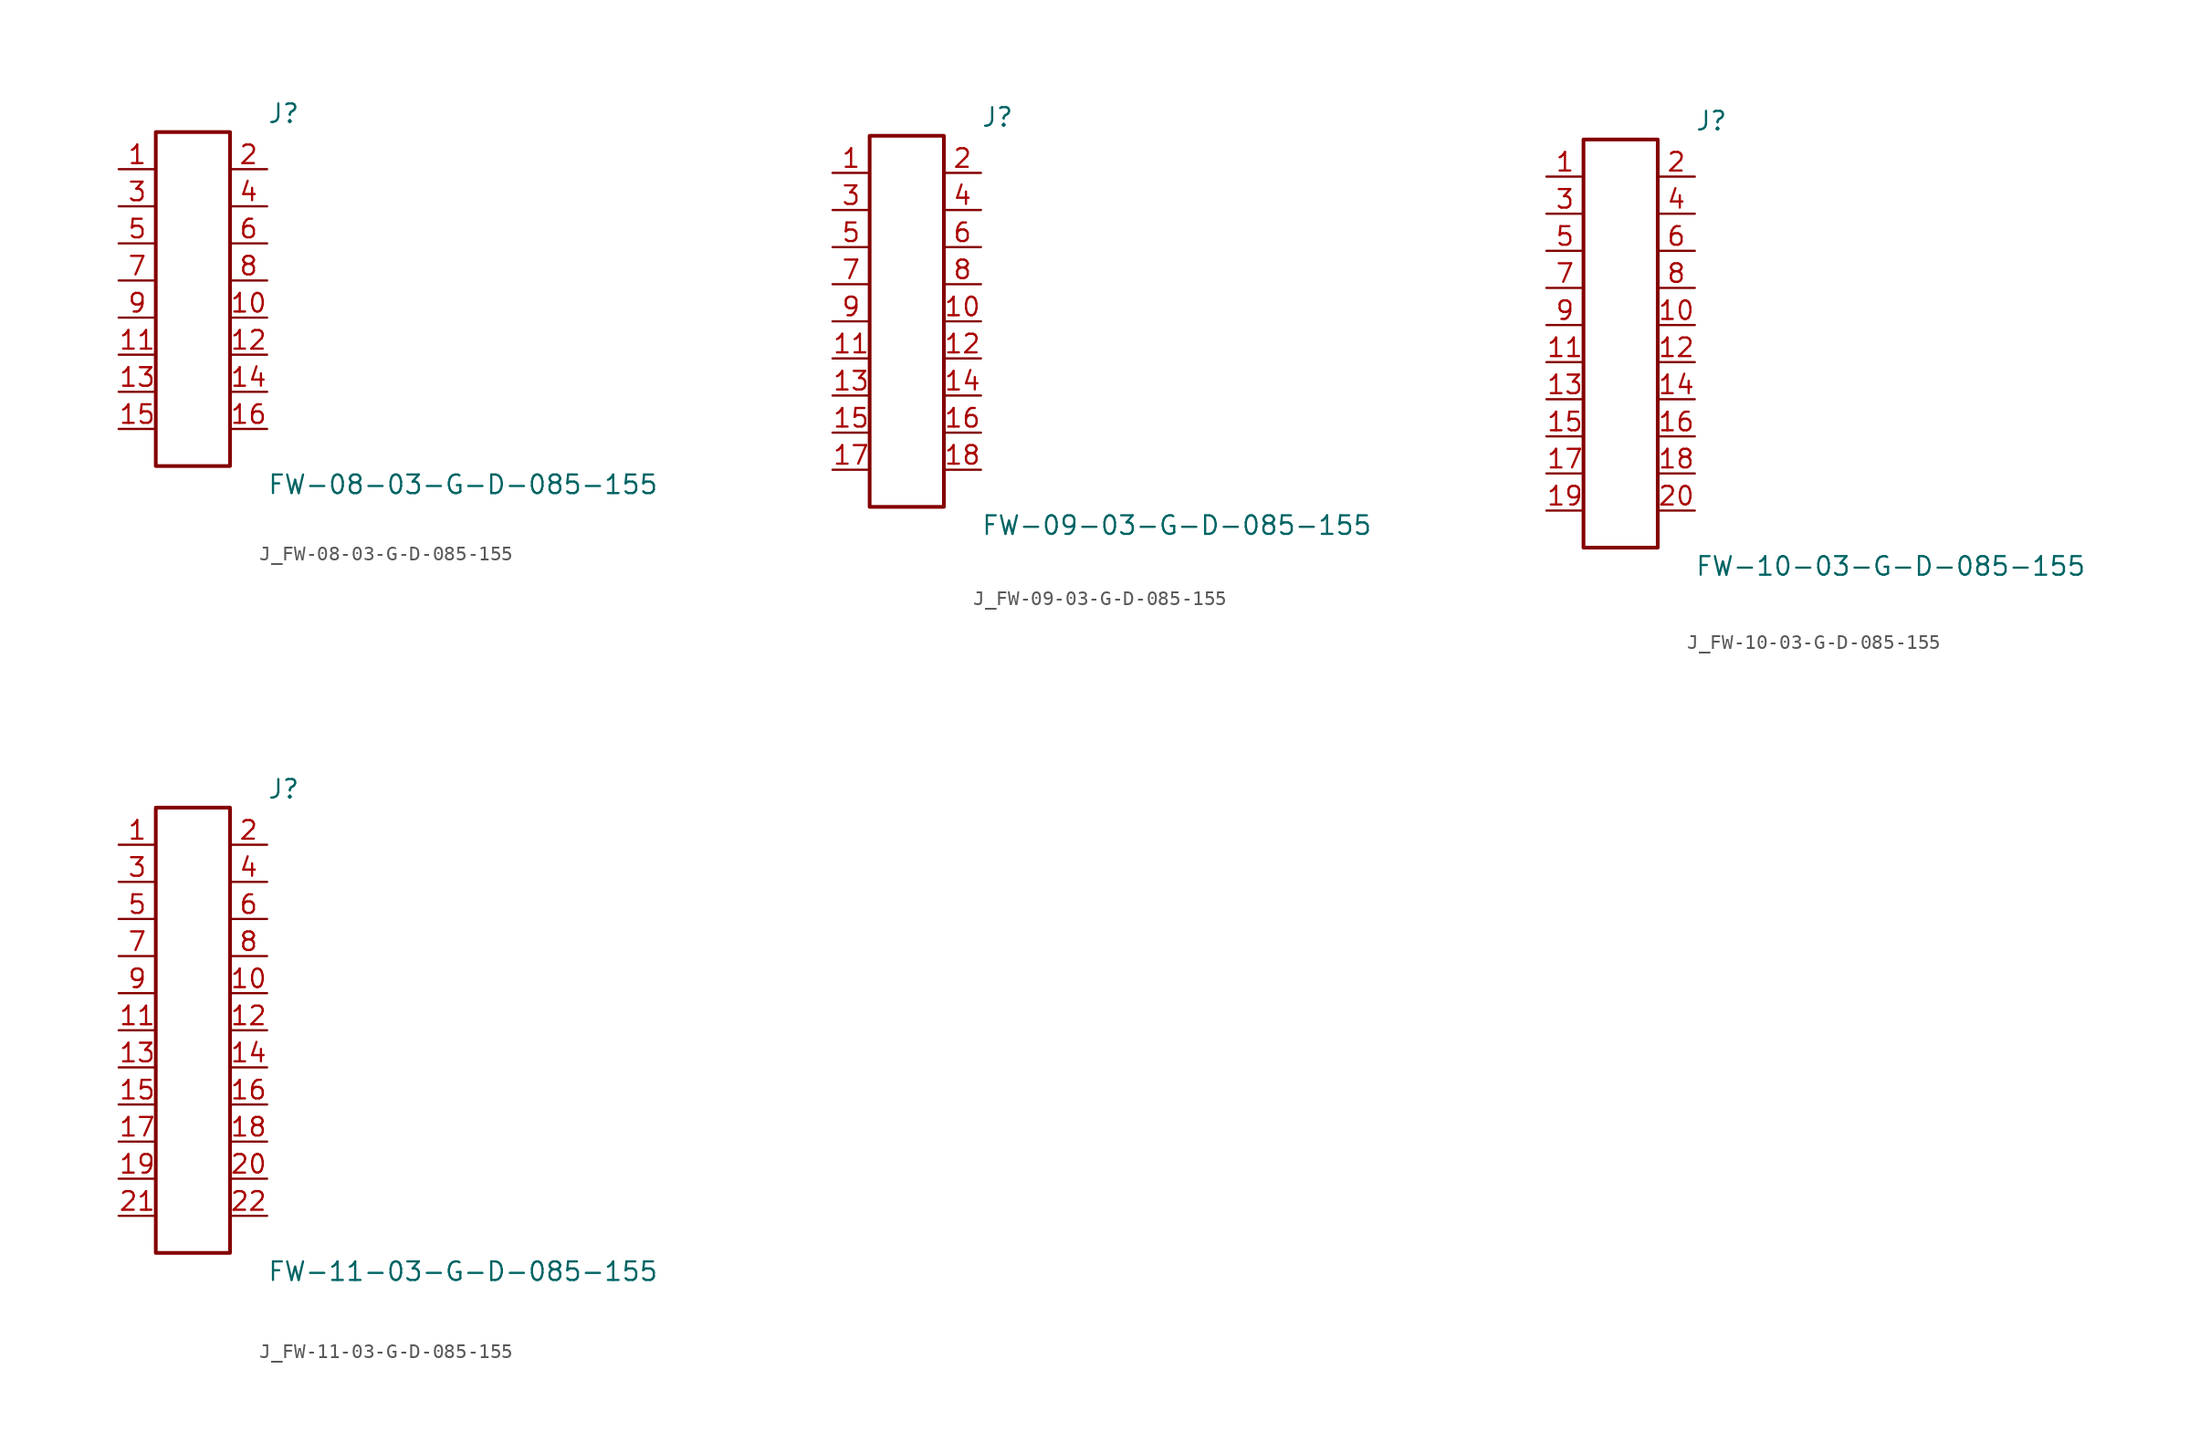
<source format=kicad_sym>
(kicad_symbol_lib
  (version 20231120)
  (generator kicad_symbol_editor)
  (generator_version 8.0)
  (symbol "J_FW-08-03-G-D-085-155"
    (pin_names
      (offset 0.254))
    (property "Reference" "J"
      (at 5.08 12.7 0)
      (effects (font (size 1.27 1.27)) (justify left)))
    (property "Value" "FW-08-03-G-D-085-155"
      (at 5.08 -12.7 0)
      (effects (font (size 1.27 1.27)) (justify left)))
    (symbol "J_FW-08-03-G-D-085-155_0_0"
      (pin unspecified line (at -5.08 8.89 0) (length 2.54) (name "" (effects (font (size 1.27 1.27)))) (number "1" (effects (font (size 1.27 1.27)))))
      (pin unspecified line (at 5.08 8.89 180) (length 2.54) (name "" (effects (font (size 1.27 1.27)))) (number "2" (effects (font (size 1.27 1.27)))))
      (pin unspecified line (at -5.08 6.35 0) (length 2.54) (name "" (effects (font (size 1.27 1.27)))) (number "3" (effects (font (size 1.27 1.27)))))
      (pin unspecified line (at 5.08 6.35 180) (length 2.54) (name "" (effects (font (size 1.27 1.27)))) (number "4" (effects (font (size 1.27 1.27)))))
      (pin unspecified line (at -5.08 3.81 0) (length 2.54) (name "" (effects (font (size 1.27 1.27)))) (number "5" (effects (font (size 1.27 1.27)))))
      (pin unspecified line (at 5.08 3.81 180) (length 2.54) (name "" (effects (font (size 1.27 1.27)))) (number "6" (effects (font (size 1.27 1.27)))))
      (pin unspecified line (at -5.08 1.27 0) (length 2.54) (name "" (effects (font (size 1.27 1.27)))) (number "7" (effects (font (size 1.27 1.27)))))
      (pin unspecified line (at 5.08 1.27 180) (length 2.54) (name "" (effects (font (size 1.27 1.27)))) (number "8" (effects (font (size 1.27 1.27)))))
      (pin unspecified line (at -5.08 -1.27 0) (length 2.54) (name "" (effects (font (size 1.27 1.27)))) (number "9" (effects (font (size 1.27 1.27)))))
      (pin unspecified line (at 5.08 -1.27 180) (length 2.54) (name "" (effects (font (size 1.27 1.27)))) (number "10" (effects (font (size 1.27 1.27)))))
      (pin unspecified line (at -5.08 -3.81 0) (length 2.54) (name "" (effects (font (size 1.27 1.27)))) (number "11" (effects (font (size 1.27 1.27)))))
      (pin unspecified line (at 5.08 -3.81 180) (length 2.54) (name "" (effects (font (size 1.27 1.27)))) (number "12" (effects (font (size 1.27 1.27)))))
      (pin unspecified line (at -5.08 -6.35 0) (length 2.54) (name "" (effects (font (size 1.27 1.27)))) (number "13" (effects (font (size 1.27 1.27)))))
      (pin unspecified line (at 5.08 -6.35 180) (length 2.54) (name "" (effects (font (size 1.27 1.27)))) (number "14" (effects (font (size 1.27 1.27)))))
      (pin unspecified line (at -5.08 -8.89 0) (length 2.54) (name "" (effects (font (size 1.27 1.27)))) (number "15" (effects (font (size 1.27 1.27)))))
      (pin unspecified line (at 5.08 -8.89 180) (length 2.54) (name "" (effects (font (size 1.27 1.27)))) (number "16" (effects (font (size 1.27 1.27))))))
    (symbol "J_FW-08-03-G-D-085-155_1_0"
      (rectangle (start -2.54 11.43) (end 2.54 -11.43) (stroke (width 0.254) (type solid)) (fill (type none)))))
  (symbol "J_FW-09-03-G-D-085-155"
    (pin_names
      (offset 0.254))
    (property "Reference" "J"
      (at 5.08 13.97 0)
      (effects (font (size 1.27 1.27)) (justify left)))
    (property "Value" "FW-09-03-G-D-085-155"
      (at 5.08 -13.97 0)
      (effects (font (size 1.27 1.27)) (justify left)))
    (symbol "J_FW-09-03-G-D-085-155_0_0"
      (pin unspecified line (at -5.08 10.16 0) (length 2.54) (name "" (effects (font (size 1.27 1.27)))) (number "1" (effects (font (size 1.27 1.27)))))
      (pin unspecified line (at 5.08 10.16 180) (length 2.54) (name "" (effects (font (size 1.27 1.27)))) (number "2" (effects (font (size 1.27 1.27)))))
      (pin unspecified line (at -5.08 7.62 0) (length 2.54) (name "" (effects (font (size 1.27 1.27)))) (number "3" (effects (font (size 1.27 1.27)))))
      (pin unspecified line (at 5.08 7.62 180) (length 2.54) (name "" (effects (font (size 1.27 1.27)))) (number "4" (effects (font (size 1.27 1.27)))))
      (pin unspecified line (at -5.08 5.08 0) (length 2.54) (name "" (effects (font (size 1.27 1.27)))) (number "5" (effects (font (size 1.27 1.27)))))
      (pin unspecified line (at 5.08 5.08 180) (length 2.54) (name "" (effects (font (size 1.27 1.27)))) (number "6" (effects (font (size 1.27 1.27)))))
      (pin unspecified line (at -5.08 2.54 0) (length 2.54) (name "" (effects (font (size 1.27 1.27)))) (number "7" (effects (font (size 1.27 1.27)))))
      (pin unspecified line (at 5.08 2.54 180) (length 2.54) (name "" (effects (font (size 1.27 1.27)))) (number "8" (effects (font (size 1.27 1.27)))))
      (pin unspecified line (at -5.08 0.0 0) (length 2.54) (name "" (effects (font (size 1.27 1.27)))) (number "9" (effects (font (size 1.27 1.27)))))
      (pin unspecified line (at 5.08 0.0 180) (length 2.54) (name "" (effects (font (size 1.27 1.27)))) (number "10" (effects (font (size 1.27 1.27)))))
      (pin unspecified line (at -5.08 -2.54 0) (length 2.54) (name "" (effects (font (size 1.27 1.27)))) (number "11" (effects (font (size 1.27 1.27)))))
      (pin unspecified line (at 5.08 -2.54 180) (length 2.54) (name "" (effects (font (size 1.27 1.27)))) (number "12" (effects (font (size 1.27 1.27)))))
      (pin unspecified line (at -5.08 -5.08 0) (length 2.54) (name "" (effects (font (size 1.27 1.27)))) (number "13" (effects (font (size 1.27 1.27)))))
      (pin unspecified line (at 5.08 -5.08 180) (length 2.54) (name "" (effects (font (size 1.27 1.27)))) (number "14" (effects (font (size 1.27 1.27)))))
      (pin unspecified line (at -5.08 -7.62 0) (length 2.54) (name "" (effects (font (size 1.27 1.27)))) (number "15" (effects (font (size 1.27 1.27)))))
      (pin unspecified line (at 5.08 -7.62 180) (length 2.54) (name "" (effects (font (size 1.27 1.27)))) (number "16" (effects (font (size 1.27 1.27)))))
      (pin unspecified line (at -5.08 -10.16 0) (length 2.54) (name "" (effects (font (size 1.27 1.27)))) (number "17" (effects (font (size 1.27 1.27)))))
      (pin unspecified line (at 5.08 -10.16 180) (length 2.54) (name "" (effects (font (size 1.27 1.27)))) (number "18" (effects (font (size 1.27 1.27))))))
    (symbol "J_FW-09-03-G-D-085-155_1_0"
      (rectangle (start -2.54 12.7) (end 2.54 -12.7) (stroke (width 0.254) (type solid)) (fill (type none)))))
  (symbol "J_FW-10-03-G-D-085-155"
    (pin_names
      (offset 0.254))
    (property "Reference" "J"
      (at 5.08 15.24 0)
      (effects (font (size 1.27 1.27)) (justify left)))
    (property "Value" "FW-10-03-G-D-085-155"
      (at 5.08 -15.24 0)
      (effects (font (size 1.27 1.27)) (justify left)))
    (symbol "J_FW-10-03-G-D-085-155_0_0"
      (pin unspecified line (at -5.08 11.43 0) (length 2.54) (name "" (effects (font (size 1.27 1.27)))) (number "1" (effects (font (size 1.27 1.27)))))
      (pin unspecified line (at 5.08 11.43 180) (length 2.54) (name "" (effects (font (size 1.27 1.27)))) (number "2" (effects (font (size 1.27 1.27)))))
      (pin unspecified line (at -5.08 8.89 0) (length 2.54) (name "" (effects (font (size 1.27 1.27)))) (number "3" (effects (font (size 1.27 1.27)))))
      (pin unspecified line (at 5.08 8.89 180) (length 2.54) (name "" (effects (font (size 1.27 1.27)))) (number "4" (effects (font (size 1.27 1.27)))))
      (pin unspecified line (at -5.08 6.35 0) (length 2.54) (name "" (effects (font (size 1.27 1.27)))) (number "5" (effects (font (size 1.27 1.27)))))
      (pin unspecified line (at 5.08 6.35 180) (length 2.54) (name "" (effects (font (size 1.27 1.27)))) (number "6" (effects (font (size 1.27 1.27)))))
      (pin unspecified line (at -5.08 3.81 0) (length 2.54) (name "" (effects (font (size 1.27 1.27)))) (number "7" (effects (font (size 1.27 1.27)))))
      (pin unspecified line (at 5.08 3.81 180) (length 2.54) (name "" (effects (font (size 1.27 1.27)))) (number "8" (effects (font (size 1.27 1.27)))))
      (pin unspecified line (at -5.08 1.27 0) (length 2.54) (name "" (effects (font (size 1.27 1.27)))) (number "9" (effects (font (size 1.27 1.27)))))
      (pin unspecified line (at 5.08 1.27 180) (length 2.54) (name "" (effects (font (size 1.27 1.27)))) (number "10" (effects (font (size 1.27 1.27)))))
      (pin unspecified line (at -5.08 -1.27 0) (length 2.54) (name "" (effects (font (size 1.27 1.27)))) (number "11" (effects (font (size 1.27 1.27)))))
      (pin unspecified line (at 5.08 -1.27 180) (length 2.54) (name "" (effects (font (size 1.27 1.27)))) (number "12" (effects (font (size 1.27 1.27)))))
      (pin unspecified line (at -5.08 -3.81 0) (length 2.54) (name "" (effects (font (size 1.27 1.27)))) (number "13" (effects (font (size 1.27 1.27)))))
      (pin unspecified line (at 5.08 -3.81 180) (length 2.54) (name "" (effects (font (size 1.27 1.27)))) (number "14" (effects (font (size 1.27 1.27)))))
      (pin unspecified line (at -5.08 -6.35 0) (length 2.54) (name "" (effects (font (size 1.27 1.27)))) (number "15" (effects (font (size 1.27 1.27)))))
      (pin unspecified line (at 5.08 -6.35 180) (length 2.54) (name "" (effects (font (size 1.27 1.27)))) (number "16" (effects (font (size 1.27 1.27)))))
      (pin unspecified line (at -5.08 -8.89 0) (length 2.54) (name "" (effects (font (size 1.27 1.27)))) (number "17" (effects (font (size 1.27 1.27)))))
      (pin unspecified line (at 5.08 -8.89 180) (length 2.54) (name "" (effects (font (size 1.27 1.27)))) (number "18" (effects (font (size 1.27 1.27)))))
      (pin unspecified line (at -5.08 -11.43 0) (length 2.54) (name "" (effects (font (size 1.27 1.27)))) (number "19" (effects (font (size 1.27 1.27)))))
      (pin unspecified line (at 5.08 -11.43 180) (length 2.54) (name "" (effects (font (size 1.27 1.27)))) (number "20" (effects (font (size 1.27 1.27))))))
    (symbol "J_FW-10-03-G-D-085-155_1_0"
      (rectangle (start -2.54 13.97) (end 2.54 -13.97) (stroke (width 0.254) (type solid)) (fill (type none)))))
  (symbol "J_FW-11-03-G-D-085-155"
    (pin_names
      (offset 0.254))
    (property "Reference" "J"
      (at 5.08 16.51 0)
      (effects (font (size 1.27 1.27)) (justify left)))
    (property "Value" "FW-11-03-G-D-085-155"
      (at 5.08 -16.51 0)
      (effects (font (size 1.27 1.27)) (justify left)))
    (symbol "J_FW-11-03-G-D-085-155_0_0"
      (pin unspecified line (at -5.08 12.7 0) (length 2.54) (name "" (effects (font (size 1.27 1.27)))) (number "1" (effects (font (size 1.27 1.27)))))
      (pin unspecified line (at 5.08 12.7 180) (length 2.54) (name "" (effects (font (size 1.27 1.27)))) (number "2" (effects (font (size 1.27 1.27)))))
      (pin unspecified line (at -5.08 10.16 0) (length 2.54) (name "" (effects (font (size 1.27 1.27)))) (number "3" (effects (font (size 1.27 1.27)))))
      (pin unspecified line (at 5.08 10.16 180) (length 2.54) (name "" (effects (font (size 1.27 1.27)))) (number "4" (effects (font (size 1.27 1.27)))))
      (pin unspecified line (at -5.08 7.62 0) (length 2.54) (name "" (effects (font (size 1.27 1.27)))) (number "5" (effects (font (size 1.27 1.27)))))
      (pin unspecified line (at 5.08 7.62 180) (length 2.54) (name "" (effects (font (size 1.27 1.27)))) (number "6" (effects (font (size 1.27 1.27)))))
      (pin unspecified line (at -5.08 5.08 0) (length 2.54) (name "" (effects (font (size 1.27 1.27)))) (number "7" (effects (font (size 1.27 1.27)))))
      (pin unspecified line (at 5.08 5.08 180) (length 2.54) (name "" (effects (font (size 1.27 1.27)))) (number "8" (effects (font (size 1.27 1.27)))))
      (pin unspecified line (at -5.08 2.54 0) (length 2.54) (name "" (effects (font (size 1.27 1.27)))) (number "9" (effects (font (size 1.27 1.27)))))
      (pin unspecified line (at 5.08 2.54 180) (length 2.54) (name "" (effects (font (size 1.27 1.27)))) (number "10" (effects (font (size 1.27 1.27)))))
      (pin unspecified line (at -5.08 0.0 0) (length 2.54) (name "" (effects (font (size 1.27 1.27)))) (number "11" (effects (font (size 1.27 1.27)))))
      (pin unspecified line (at 5.08 0.0 180) (length 2.54) (name "" (effects (font (size 1.27 1.27)))) (number "12" (effects (font (size 1.27 1.27)))))
      (pin unspecified line (at -5.08 -2.54 0) (length 2.54) (name "" (effects (font (size 1.27 1.27)))) (number "13" (effects (font (size 1.27 1.27)))))
      (pin unspecified line (at 5.08 -2.54 180) (length 2.54) (name "" (effects (font (size 1.27 1.27)))) (number "14" (effects (font (size 1.27 1.27)))))
      (pin unspecified line (at -5.08 -5.08 0) (length 2.54) (name "" (effects (font (size 1.27 1.27)))) (number "15" (effects (font (size 1.27 1.27)))))
      (pin unspecified line (at 5.08 -5.08 180) (length 2.54) (name "" (effects (font (size 1.27 1.27)))) (number "16" (effects (font (size 1.27 1.27)))))
      (pin unspecified line (at -5.08 -7.62 0) (length 2.54) (name "" (effects (font (size 1.27 1.27)))) (number "17" (effects (font (size 1.27 1.27)))))
      (pin unspecified line (at 5.08 -7.62 180) (length 2.54) (name "" (effects (font (size 1.27 1.27)))) (number "18" (effects (font (size 1.27 1.27)))))
      (pin unspecified line (at -5.08 -10.16 0) (length 2.54) (name "" (effects (font (size 1.27 1.27)))) (number "19" (effects (font (size 1.27 1.27)))))
      (pin unspecified line (at 5.08 -10.16 180) (length 2.54) (name "" (effects (font (size 1.27 1.27)))) (number "20" (effects (font (size 1.27 1.27)))))
      (pin unspecified line (at -5.08 -12.7 0) (length 2.54) (name "" (effects (font (size 1.27 1.27)))) (number "21" (effects (font (size 1.27 1.27)))))
      (pin unspecified line (at 5.08 -12.7 180) (length 2.54) (name "" (effects (font (size 1.27 1.27)))) (number "22" (effects (font (size 1.27 1.27))))))
    (symbol "J_FW-11-03-G-D-085-155_1_0"
      (rectangle (start -2.54 15.24) (end 2.54 -15.24) (stroke (width 0.254) (type solid)) (fill (type none))))))
</source>
